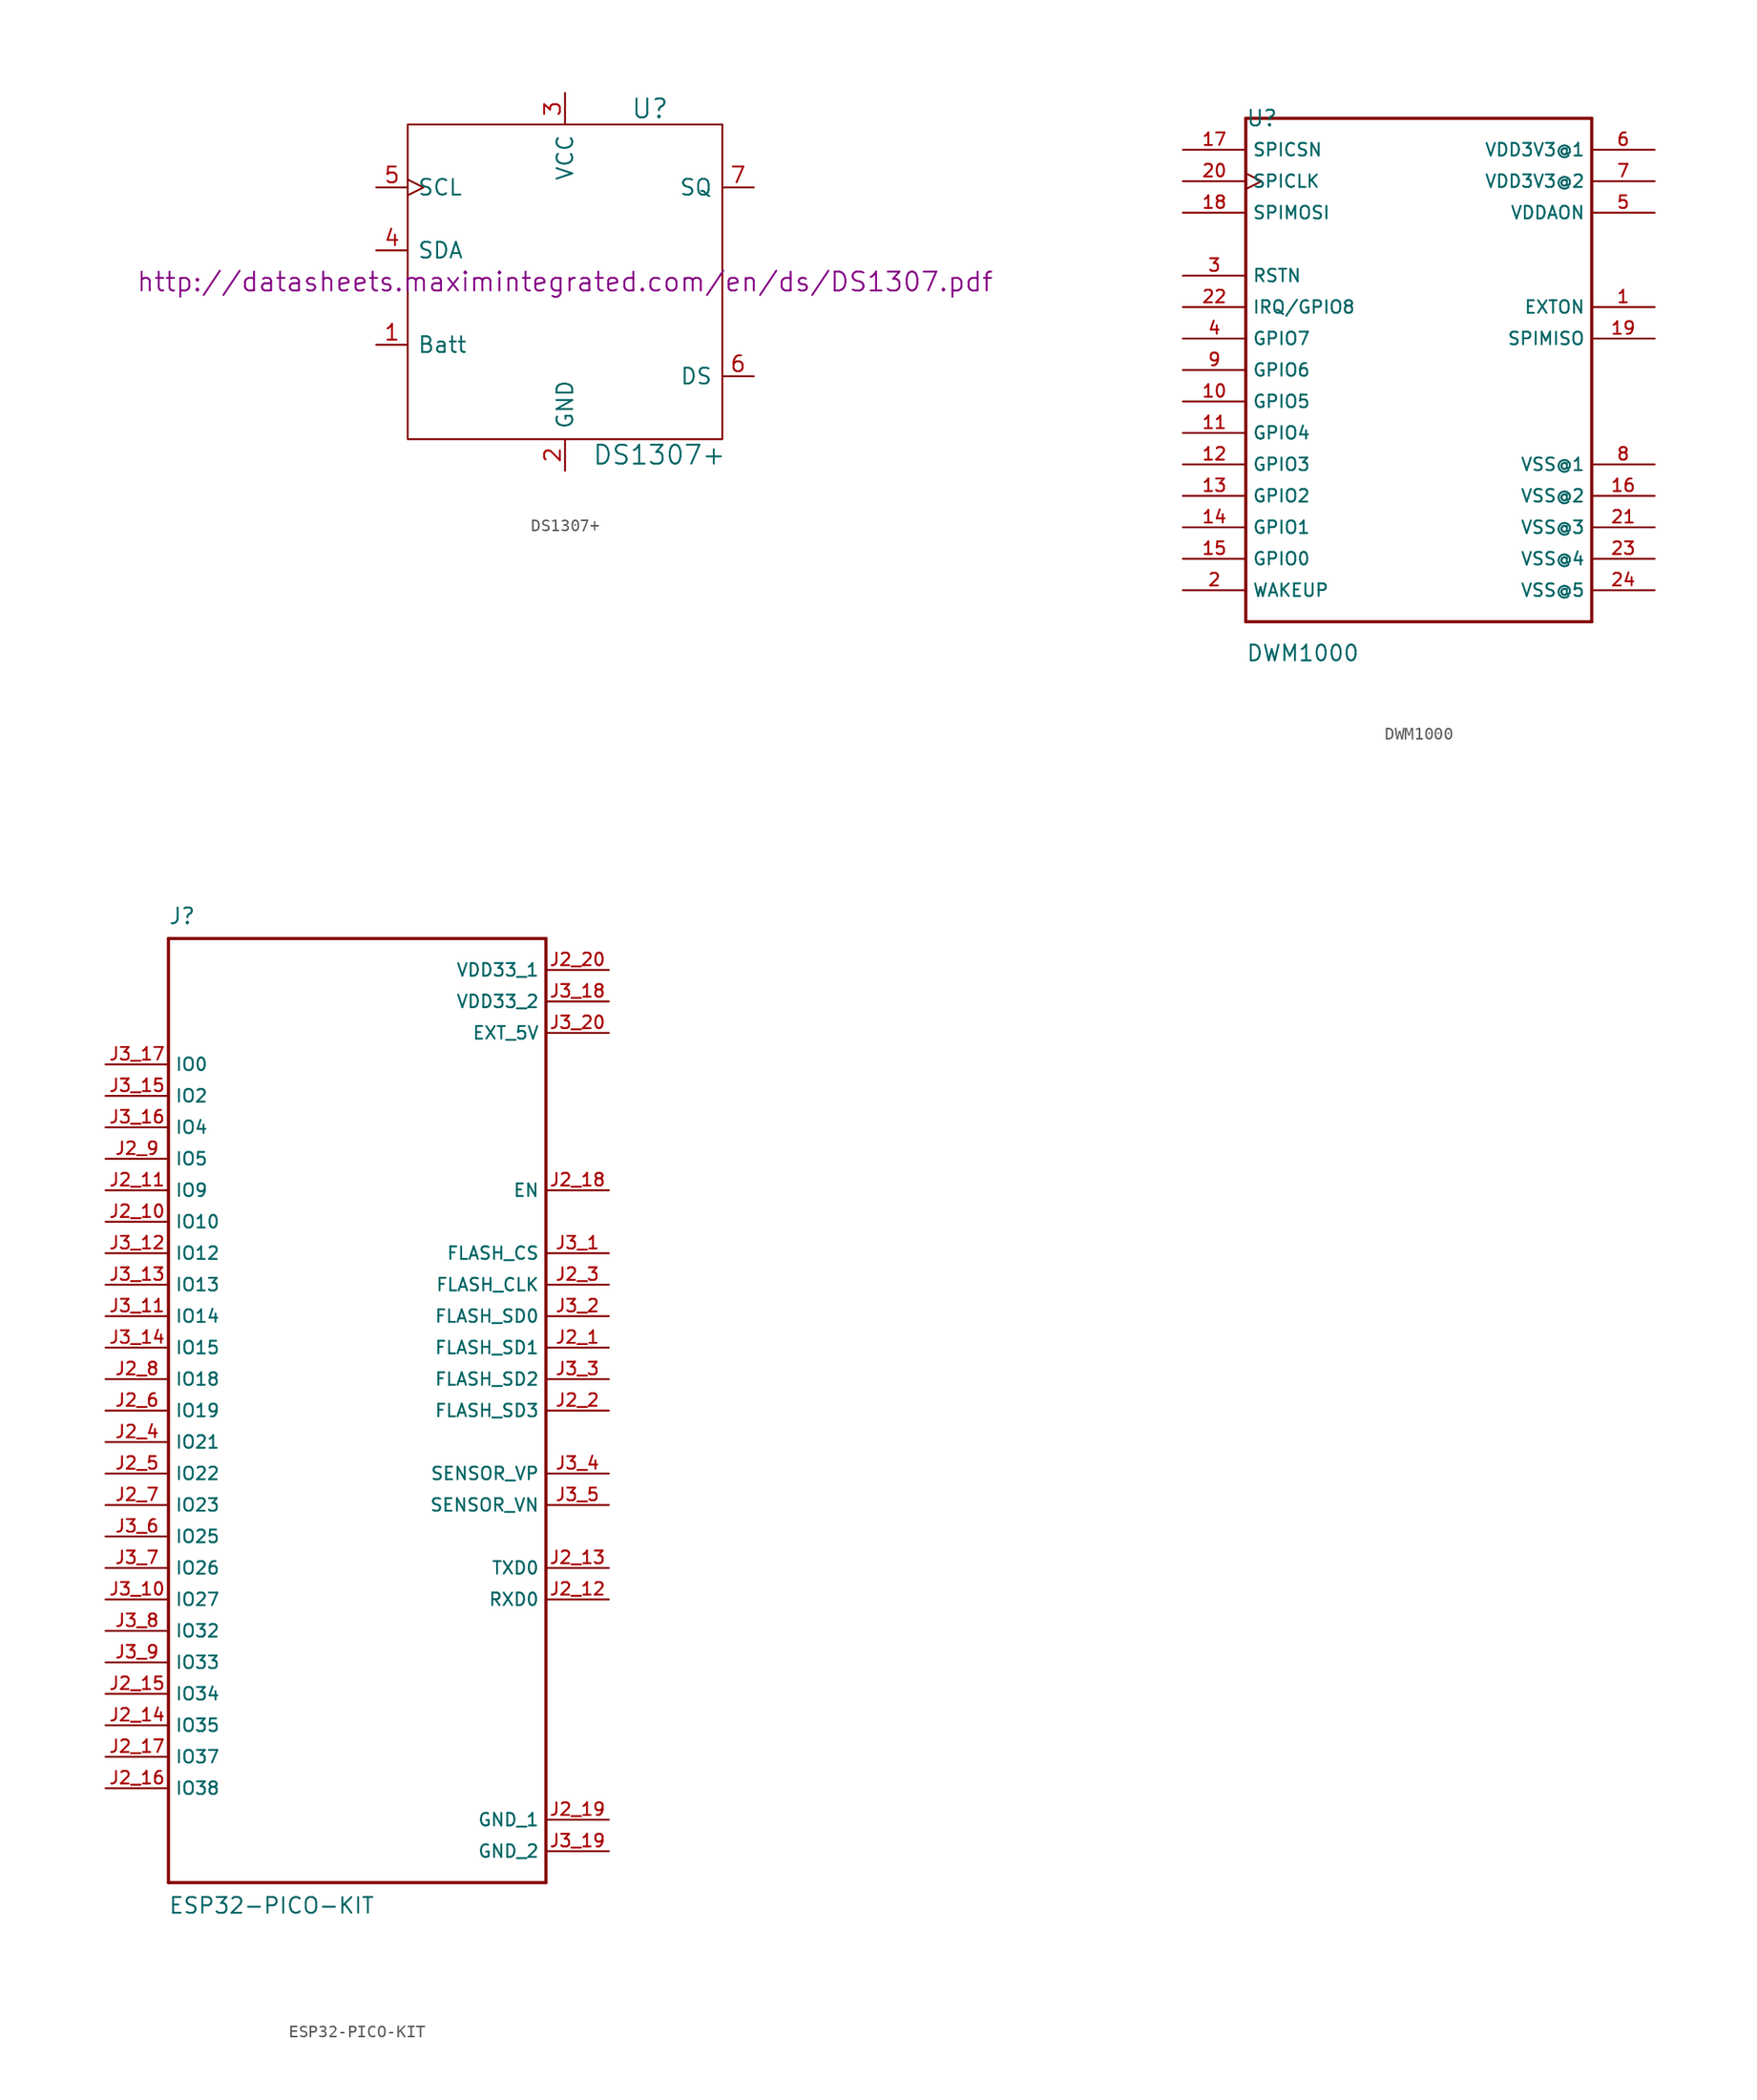
<source format=kicad_sym>
(kicad_symbol_lib
  (version 20201005)
  (generator kicad_symbol_editor)
  (symbol "Zimprich:DS1307+"
    (pin_names
      (offset 0.762))
    (property "Reference" "U"
      (at 6.858 13.97 0)
      (effects (font (size 1.524 1.524))))
    (property "Value" "DS1307+"
      (at 7.62 -13.97 0)
      (effects (font (size 1.524 1.524))))
    (property "Footprint" ""
      (at 0 0 0)
      (effects (font (size 1.524 1.524))))
    (property "Datasheet" "http://datasheets.maximintegrated.com/en/ds/DS1307.pdf"
      (at 0 0 0)
      (effects (font (size 1.524 1.524))))
    (symbol "DS1307+_0_1"
      (rectangle (start -12.7 12.7) (end 12.7 -12.7) (stroke (width 0)) (fill (type none))))
    (symbol "DS1307+_1_1"
      (pin input line (at -15.24 -5.08 0) (length 2.54) (name "Batt" (effects (font (size 1.27 1.27)))) (number "1" (effects (font (size 1.27 1.27)))))
      (pin power_in line (at 0 -15.24 90) (length 2.54) (name "GND" (effects (font (size 1.27 1.27)))) (number "2" (effects (font (size 1.27 1.27)))))
      (pin power_in line (at 0 15.24 270) (length 2.54) (name "VCC" (effects (font (size 1.27 1.27)))) (number "3" (effects (font (size 1.27 1.27)))))
      (pin bidirectional line (at -15.24 2.54 0) (length 2.54) (name "SDA" (effects (font (size 1.27 1.27)))) (number "4" (effects (font (size 1.27 1.27)))))
      (pin input clock (at -15.24 7.62 0) (length 2.54) (name "SCL" (effects (font (size 1.27 1.27)))) (number "5" (effects (font (size 1.27 1.27)))))
      (pin input line (at 15.24 -7.62 180) (length 2.54) (name "DS" (effects (font (size 1.27 1.27)))) (number "6" (effects (font (size 1.27 1.27)))))
      (pin output line (at 15.24 7.62 180) (length 2.54) (name "SQ" (effects (font (size 1.27 1.27)))) (number "7" (effects (font (size 1.27 1.27)))))))
  (symbol "Zimprich:DWM1000"
    (property "Reference" "U"
      (at -12.7 20.32 0)
      (effects (font (size 1.27 1.27)) (justify left)))
    (property "Value" "DWM1000"
      (at -12.7 -22.86 0)
      (effects (font (size 1.27 1.27)) (justify left)))
    (property "ki_locked" ""
      (at 0 0 0)
      (effects (font (size 1.27 1.27))))
    (symbol "DWM1000_0_0"
      (polyline (pts (xy -12.7 -20.32) (xy 15.24 -20.32)) (stroke (width 0.254)) (fill (type none)))
      (polyline (pts (xy -12.7 20.32) (xy -12.7 -20.32)) (stroke (width 0.254)) (fill (type none)))
      (polyline (pts (xy 15.24 -20.32) (xy 15.24 20.32)) (stroke (width 0.254)) (fill (type none)))
      (polyline (pts (xy 15.24 20.32) (xy -12.7 20.32)) (stroke (width 0.254)) (fill (type none)))
      (pin output line (at 20.32 5.08 180) (length 5.08) (name "EXTON" (effects (font (size 1.016 1.016)))) (number "1" (effects (font (size 1.016 1.016)))))
      (pin bidirectional line (at -17.78 -2.54 0) (length 5.08) (name "GPIO5" (effects (font (size 1.016 1.016)))) (number "10" (effects (font (size 1.016 1.016)))))
      (pin bidirectional line (at -17.78 -5.08 0) (length 5.08) (name "GPIO4" (effects (font (size 1.016 1.016)))) (number "11" (effects (font (size 1.016 1.016)))))
      (pin bidirectional line (at -17.78 -7.62 0) (length 5.08) (name "GPIO3" (effects (font (size 1.016 1.016)))) (number "12" (effects (font (size 1.016 1.016)))))
      (pin bidirectional line (at -17.78 -10.16 0) (length 5.08) (name "GPIO2" (effects (font (size 1.016 1.016)))) (number "13" (effects (font (size 1.016 1.016)))))
      (pin bidirectional line (at -17.78 -12.7 0) (length 5.08) (name "GPIO1" (effects (font (size 1.016 1.016)))) (number "14" (effects (font (size 1.016 1.016)))))
      (pin bidirectional line (at -17.78 -15.24 0) (length 5.08) (name "GPIO0" (effects (font (size 1.016 1.016)))) (number "15" (effects (font (size 1.016 1.016)))))
      (pin input line (at 20.32 -10.16 180) (length 5.08) (name "VSS@2" (effects (font (size 1.016 1.016)))) (number "16" (effects (font (size 1.016 1.016)))))
      (pin input line (at -17.78 17.78 0) (length 5.08) (name "SPICSN" (effects (font (size 1.016 1.016)))) (number "17" (effects (font (size 1.016 1.016)))))
      (pin input line (at -17.78 12.7 0) (length 5.08) (name "SPIMOSI" (effects (font (size 1.016 1.016)))) (number "18" (effects (font (size 1.016 1.016)))))
      (pin output line (at 20.32 2.54 180) (length 5.08) (name "SPIMISO" (effects (font (size 1.016 1.016)))) (number "19" (effects (font (size 1.016 1.016)))))
      (pin bidirectional line (at -17.78 -17.78 0) (length 5.08) (name "WAKEUP" (effects (font (size 1.016 1.016)))) (number "2" (effects (font (size 1.016 1.016)))))
      (pin input clock (at -17.78 15.24 0) (length 5.08) (name "SPICLK" (effects (font (size 1.016 1.016)))) (number "20" (effects (font (size 1.016 1.016)))))
      (pin input line (at 20.32 -12.7 180) (length 5.08) (name "VSS@3" (effects (font (size 1.016 1.016)))) (number "21" (effects (font (size 1.016 1.016)))))
      (pin bidirectional line (at -17.78 5.08 0) (length 5.08) (name "IRQ/GPIO8" (effects (font (size 1.016 1.016)))) (number "22" (effects (font (size 1.016 1.016)))))
      (pin input line (at 20.32 -15.24 180) (length 5.08) (name "VSS@4" (effects (font (size 1.016 1.016)))) (number "23" (effects (font (size 1.016 1.016)))))
      (pin input line (at 20.32 -17.78 180) (length 5.08) (name "VSS@5" (effects (font (size 1.016 1.016)))) (number "24" (effects (font (size 1.016 1.016)))))
      (pin bidirectional line (at -17.78 7.62 0) (length 5.08) (name "RSTN" (effects (font (size 1.016 1.016)))) (number "3" (effects (font (size 1.016 1.016)))))
      (pin bidirectional line (at -17.78 2.54 0) (length 5.08) (name "GPIO7" (effects (font (size 1.016 1.016)))) (number "4" (effects (font (size 1.016 1.016)))))
      (pin input line (at 20.32 12.7 180) (length 5.08) (name "VDDAON" (effects (font (size 1.016 1.016)))) (number "5" (effects (font (size 1.016 1.016)))))
      (pin input line (at 20.32 17.78 180) (length 5.08) (name "VDD3V3@1" (effects (font (size 1.016 1.016)))) (number "6" (effects (font (size 1.016 1.016)))))
      (pin input line (at 20.32 15.24 180) (length 5.08) (name "VDD3V3@2" (effects (font (size 1.016 1.016)))) (number "7" (effects (font (size 1.016 1.016)))))
      (pin input line (at 20.32 -7.62 180) (length 5.08) (name "VSS@1" (effects (font (size 1.016 1.016)))) (number "8" (effects (font (size 1.016 1.016)))))
      (pin bidirectional line (at -17.78 0 0) (length 5.08) (name "GPIO6" (effects (font (size 1.016 1.016)))) (number "9" (effects (font (size 1.016 1.016)))))))
  (symbol "Zimprich:ESP32-PICO-KIT"
    (property "Reference" "J"
      (at -15.265 39.167 0)
      (effects (font (size 1.27 1.27)) (justify left bottom)))
    (property "Value" "ESP32-PICO-KIT"
      (at -15.265 -40.691 0)
      (effects (font (size 1.27 1.27)) (justify left bottom)))
    (property "ki_locked" ""
      (at 0 0 0)
      (effects (font (size 1.27 1.27))))
    (symbol "ESP32-PICO-KIT_0_0"
      (polyline (pts (xy -15.24 -38.1) (xy -15.24 38.1)) (stroke (width 0.254)) (fill (type none)))
      (polyline (pts (xy -15.24 38.1) (xy 15.24 38.1)) (stroke (width 0.254)) (fill (type none)))
      (polyline (pts (xy 15.24 -38.1) (xy -15.24 -38.1)) (stroke (width 0.254)) (fill (type none)))
      (polyline (pts (xy 15.24 38.1) (xy 15.24 -38.1)) (stroke (width 0.254)) (fill (type none)))
      (pin bidirectional line (at 20.32 5.08 180) (length 5.08) (name "FLASH_SD1" (effects (font (size 1.016 1.016)))) (number "J2_1" (effects (font (size 1.016 1.016)))))
      (pin bidirectional line (at -20.32 15.24 0) (length 5.08) (name "IO10" (effects (font (size 1.016 1.016)))) (number "J2_10" (effects (font (size 1.016 1.016)))))
      (pin bidirectional line (at -20.32 17.78 0) (length 5.08) (name "IO9" (effects (font (size 1.016 1.016)))) (number "J2_11" (effects (font (size 1.016 1.016)))))
      (pin bidirectional line (at 20.32 -15.24 180) (length 5.08) (name "RXD0" (effects (font (size 1.016 1.016)))) (number "J2_12" (effects (font (size 1.016 1.016)))))
      (pin bidirectional line (at 20.32 -12.7 180) (length 5.08) (name "TXD0" (effects (font (size 1.016 1.016)))) (number "J2_13" (effects (font (size 1.016 1.016)))))
      (pin input line (at -20.32 -25.4 0) (length 5.08) (name "IO35" (effects (font (size 1.016 1.016)))) (number "J2_14" (effects (font (size 1.016 1.016)))))
      (pin input line (at -20.32 -22.86 0) (length 5.08) (name "IO34" (effects (font (size 1.016 1.016)))) (number "J2_15" (effects (font (size 1.016 1.016)))))
      (pin input line (at -20.32 -30.48 0) (length 5.08) (name "IO38" (effects (font (size 1.016 1.016)))) (number "J2_16" (effects (font (size 1.016 1.016)))))
      (pin input line (at -20.32 -27.94 0) (length 5.08) (name "IO37" (effects (font (size 1.016 1.016)))) (number "J2_17" (effects (font (size 1.016 1.016)))))
      (pin input line (at 20.32 17.78 180) (length 5.08) (name "EN" (effects (font (size 1.016 1.016)))) (number "J2_18" (effects (font (size 1.016 1.016)))))
      (pin power_in line (at 20.32 -33.02 180) (length 5.08) (name "GND_1" (effects (font (size 1.016 1.016)))) (number "J2_19" (effects (font (size 1.016 1.016)))))
      (pin bidirectional line (at 20.32 0 180) (length 5.08) (name "FLASH_SD3" (effects (font (size 1.016 1.016)))) (number "J2_2" (effects (font (size 1.016 1.016)))))
      (pin power_in line (at 20.32 35.56 180) (length 5.08) (name "VDD33_1" (effects (font (size 1.016 1.016)))) (number "J2_20" (effects (font (size 1.016 1.016)))))
      (pin bidirectional line (at 20.32 10.16 180) (length 5.08) (name "FLASH_CLK" (effects (font (size 1.016 1.016)))) (number "J2_3" (effects (font (size 1.016 1.016)))))
      (pin bidirectional line (at -20.32 -2.54 0) (length 5.08) (name "IO21" (effects (font (size 1.016 1.016)))) (number "J2_4" (effects (font (size 1.016 1.016)))))
      (pin bidirectional line (at -20.32 -5.08 0) (length 5.08) (name "IO22" (effects (font (size 1.016 1.016)))) (number "J2_5" (effects (font (size 1.016 1.016)))))
      (pin bidirectional line (at -20.32 0 0) (length 5.08) (name "IO19" (effects (font (size 1.016 1.016)))) (number "J2_6" (effects (font (size 1.016 1.016)))))
      (pin bidirectional line (at -20.32 -7.62 0) (length 5.08) (name "IO23" (effects (font (size 1.016 1.016)))) (number "J2_7" (effects (font (size 1.016 1.016)))))
      (pin bidirectional line (at -20.32 2.54 0) (length 5.08) (name "IO18" (effects (font (size 1.016 1.016)))) (number "J2_8" (effects (font (size 1.016 1.016)))))
      (pin bidirectional line (at -20.32 20.32 0) (length 5.08) (name "IO5" (effects (font (size 1.016 1.016)))) (number "J2_9" (effects (font (size 1.016 1.016)))))
      (pin bidirectional line (at 20.32 12.7 180) (length 5.08) (name "FLASH_CS" (effects (font (size 1.016 1.016)))) (number "J3_1" (effects (font (size 1.016 1.016)))))
      (pin bidirectional line (at -20.32 -15.24 0) (length 5.08) (name "IO27" (effects (font (size 1.016 1.016)))) (number "J3_10" (effects (font (size 1.016 1.016)))))
      (pin bidirectional line (at -20.32 7.62 0) (length 5.08) (name "IO14" (effects (font (size 1.016 1.016)))) (number "J3_11" (effects (font (size 1.016 1.016)))))
      (pin bidirectional line (at -20.32 12.7 0) (length 5.08) (name "IO12" (effects (font (size 1.016 1.016)))) (number "J3_12" (effects (font (size 1.016 1.016)))))
      (pin bidirectional line (at -20.32 10.16 0) (length 5.08) (name "IO13" (effects (font (size 1.016 1.016)))) (number "J3_13" (effects (font (size 1.016 1.016)))))
      (pin bidirectional line (at -20.32 5.08 0) (length 5.08) (name "IO15" (effects (font (size 1.016 1.016)))) (number "J3_14" (effects (font (size 1.016 1.016)))))
      (pin bidirectional line (at -20.32 25.4 0) (length 5.08) (name "IO2" (effects (font (size 1.016 1.016)))) (number "J3_15" (effects (font (size 1.016 1.016)))))
      (pin bidirectional line (at -20.32 22.86 0) (length 5.08) (name "IO4" (effects (font (size 1.016 1.016)))) (number "J3_16" (effects (font (size 1.016 1.016)))))
      (pin bidirectional line (at -20.32 27.94 0) (length 5.08) (name "IO0" (effects (font (size 1.016 1.016)))) (number "J3_17" (effects (font (size 1.016 1.016)))))
      (pin power_in line (at 20.32 33.02 180) (length 5.08) (name "VDD33_2" (effects (font (size 1.016 1.016)))) (number "J3_18" (effects (font (size 1.016 1.016)))))
      (pin power_in line (at 20.32 -35.56 180) (length 5.08) (name "GND_2" (effects (font (size 1.016 1.016)))) (number "J3_19" (effects (font (size 1.016 1.016)))))
      (pin bidirectional line (at 20.32 7.62 180) (length 5.08) (name "FLASH_SD0" (effects (font (size 1.016 1.016)))) (number "J3_2" (effects (font (size 1.016 1.016)))))
      (pin power_in line (at 20.32 30.48 180) (length 5.08) (name "EXT_5V" (effects (font (size 1.016 1.016)))) (number "J3_20" (effects (font (size 1.016 1.016)))))
      (pin bidirectional line (at 20.32 2.54 180) (length 5.08) (name "FLASH_SD2" (effects (font (size 1.016 1.016)))) (number "J3_3" (effects (font (size 1.016 1.016)))))
      (pin input line (at 20.32 -5.08 180) (length 5.08) (name "SENSOR_VP" (effects (font (size 1.016 1.016)))) (number "J3_4" (effects (font (size 1.016 1.016)))))
      (pin input line (at 20.32 -7.62 180) (length 5.08) (name "SENSOR_VN" (effects (font (size 1.016 1.016)))) (number "J3_5" (effects (font (size 1.016 1.016)))))
      (pin bidirectional line (at -20.32 -10.16 0) (length 5.08) (name "IO25" (effects (font (size 1.016 1.016)))) (number "J3_6" (effects (font (size 1.016 1.016)))))
      (pin bidirectional line (at -20.32 -12.7 0) (length 5.08) (name "IO26" (effects (font (size 1.016 1.016)))) (number "J3_7" (effects (font (size 1.016 1.016)))))
      (pin bidirectional line (at -20.32 -17.78 0) (length 5.08) (name "IO32" (effects (font (size 1.016 1.016)))) (number "J3_8" (effects (font (size 1.016 1.016)))))
      (pin bidirectional line (at -20.32 -20.32 0) (length 5.08) (name "IO33" (effects (font (size 1.016 1.016)))) (number "J3_9" (effects (font (size 1.016 1.016))))))))
</source>
